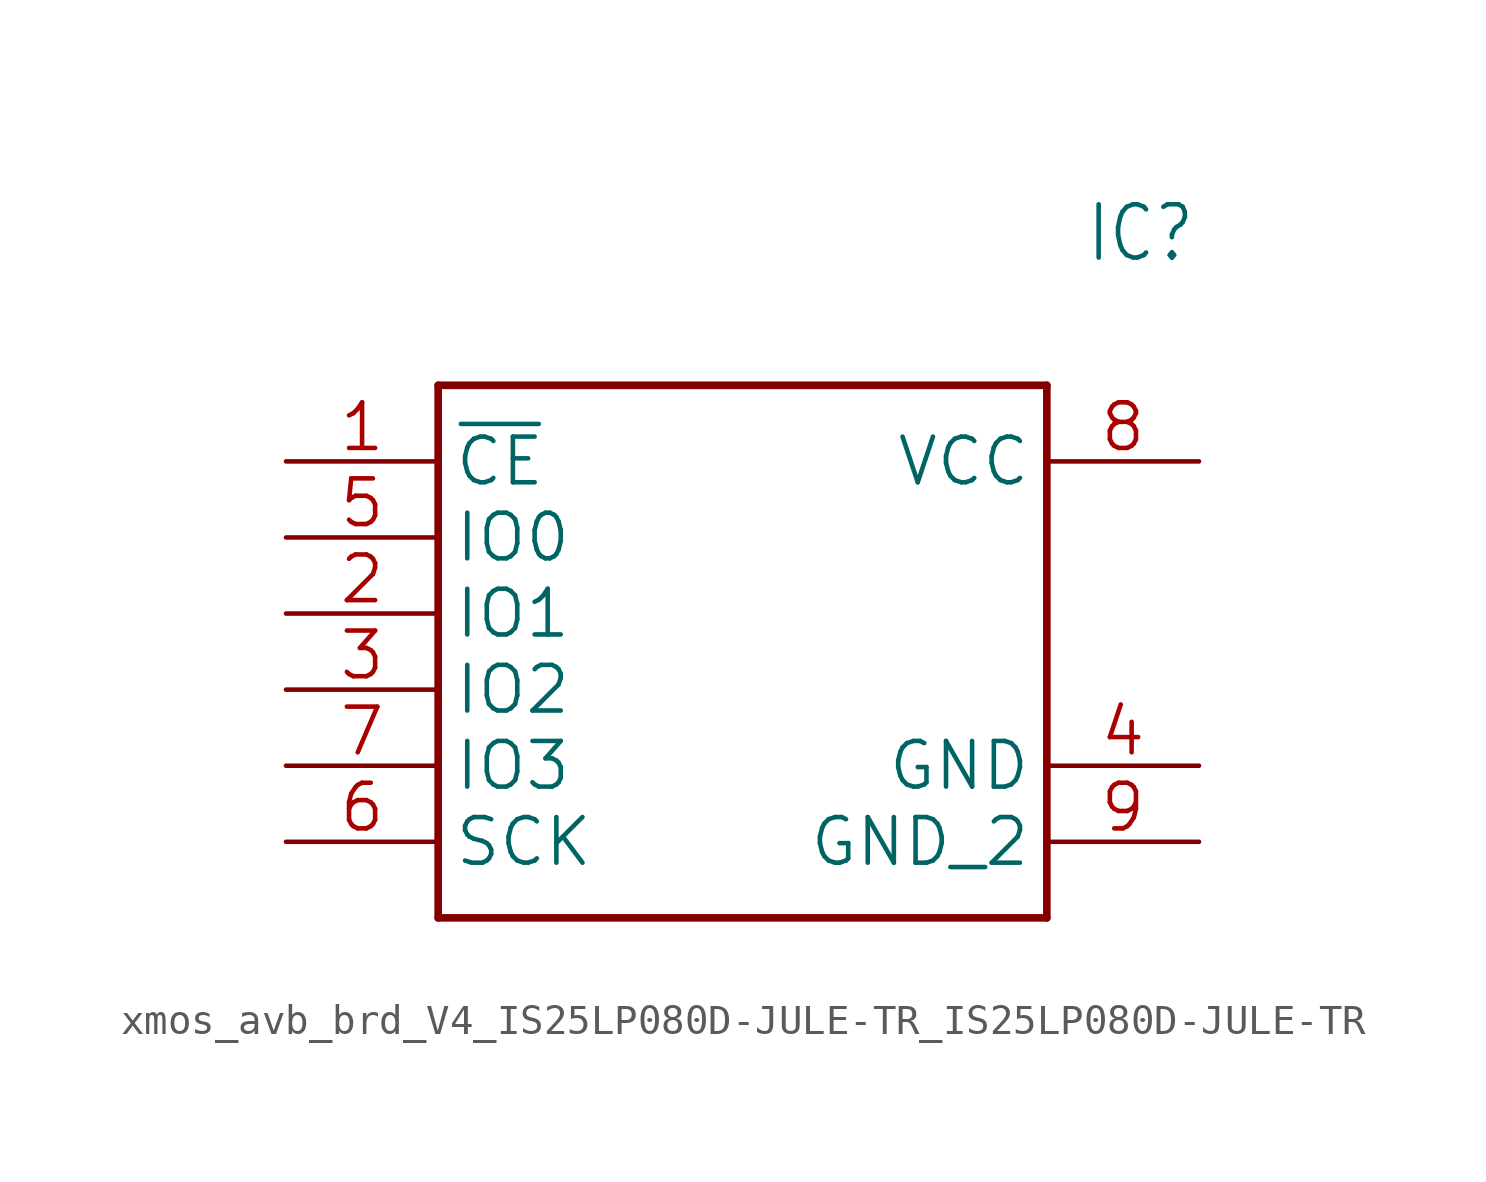
<source format=kicad_sym>
(kicad_symbol_lib
  (version 20241209)
  (generator "kicad_symbol_editor")
  (generator_version "9.0")
  (symbol "xmos_avb_brd_V4_IS25LP080D-JULE-TR_IS25LP080D-JULE-TR"
    (property "Reference" "IC"
      (at 26.67 7.62 0)
      (effects (font (size 1.778 1.511)) (justify left)))
    (property "Value" ""
      (at 26.67 5.08 0)
      (effects (font (size 1.778 1.511)) (justify left)))
    (property "ki_locked" ""
      (at 0 0 0)
      (effects (font (size 1.27 1.27))))
    (symbol "xmos_avb_brd_V4_IS25LP080D-JULE-TR_IS25LP080D-JULE-TR_1_0"
      (polyline (pts (xy 5.08 2.54) (xy 5.08 -15.24)) (stroke (width 0.254) (type solid)) (fill (type none)))
      (polyline (pts (xy 5.08 2.54) (xy 25.4 2.54)) (stroke (width 0.254) (type solid)) (fill (type none)))
      (polyline (pts (xy 25.4 -15.24) (xy 5.08 -15.24)) (stroke (width 0.254) (type solid)) (fill (type none)))
      (polyline (pts (xy 25.4 -15.24) (xy 25.4 2.54)) (stroke (width 0.254) (type solid)) (fill (type none)))
      (pin input line (at 0 0 0) (length 5.08) (name "~{CE}" (effects (font (size 1.524 1.524)))) (number "1" (effects (font (size 1.524 1.524)))))
      (pin bidirectional line (at 0 -2.54 0) (length 5.08) (name "IO0" (effects (font (size 1.524 1.524)))) (number "5" (effects (font (size 1.524 1.524)))))
      (pin bidirectional line (at 0 -5.08 0) (length 5.08) (name "IO1" (effects (font (size 1.524 1.524)))) (number "2" (effects (font (size 1.524 1.524)))))
      (pin bidirectional line (at 0 -7.62 0) (length 5.08) (name "IO2" (effects (font (size 1.524 1.524)))) (number "3" (effects (font (size 1.524 1.524)))))
      (pin bidirectional line (at 0 -10.16 0) (length 5.08) (name "IO3" (effects (font (size 1.524 1.524)))) (number "7" (effects (font (size 1.524 1.524)))))
      (pin input line (at 0 -12.7 0) (length 5.08) (name "SCK" (effects (font (size 1.524 1.524)))) (number "6" (effects (font (size 1.524 1.524)))))
      (pin power_in line (at 30.48 0 180) (length 5.08) (name "VCC" (effects (font (size 1.524 1.524)))) (number "8" (effects (font (size 1.524 1.524)))))
      (pin power_in line (at 30.48 -10.16 180) (length 5.08) (name "GND" (effects (font (size 1.524 1.524)))) (number "4" (effects (font (size 1.524 1.524)))))
      (pin power_in line (at 30.48 -12.7 180) (length 5.08) (name "GND_2" (effects (font (size 1.524 1.524)))) (number "9" (effects (font (size 1.524 1.524))))))))
</source>
